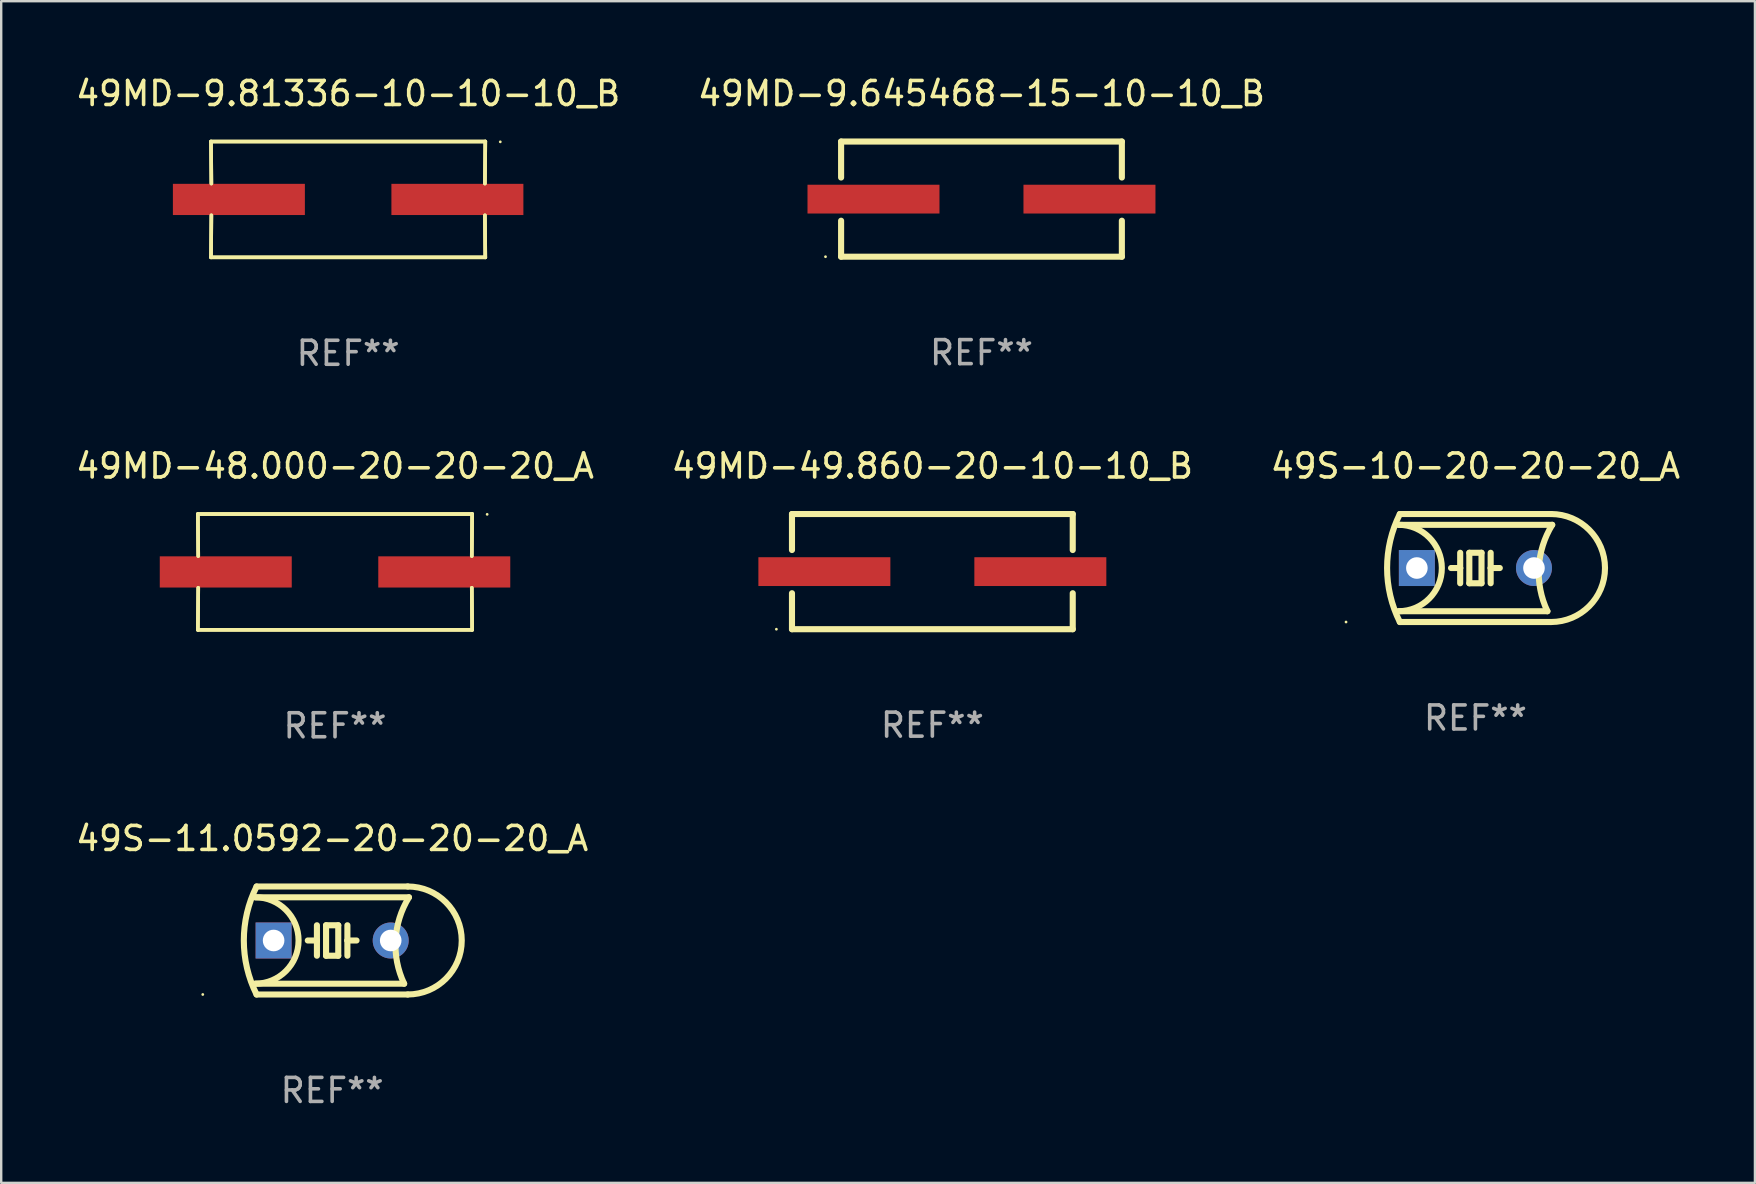
<source format=kicad_pcb>
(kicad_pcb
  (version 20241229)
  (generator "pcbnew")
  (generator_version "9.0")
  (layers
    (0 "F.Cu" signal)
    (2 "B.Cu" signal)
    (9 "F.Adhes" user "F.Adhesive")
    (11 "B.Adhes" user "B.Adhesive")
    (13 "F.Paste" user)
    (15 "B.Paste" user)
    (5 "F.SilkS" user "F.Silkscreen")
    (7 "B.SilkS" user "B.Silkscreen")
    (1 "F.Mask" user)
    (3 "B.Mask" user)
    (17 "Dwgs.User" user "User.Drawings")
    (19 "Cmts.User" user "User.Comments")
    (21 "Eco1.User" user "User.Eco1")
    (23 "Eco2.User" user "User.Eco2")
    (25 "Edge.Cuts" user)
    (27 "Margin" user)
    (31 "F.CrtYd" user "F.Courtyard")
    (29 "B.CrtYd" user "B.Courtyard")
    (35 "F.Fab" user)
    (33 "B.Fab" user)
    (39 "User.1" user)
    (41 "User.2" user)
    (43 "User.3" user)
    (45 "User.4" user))
  (footprint "49MD-49.860-20-10-10_B"
    (layer "F.Cu")
    (at 35.804 20.771)
    (property "Reference" "49MD-49.860-20-10-10_B" (at 0 -4.4 0) (layer "F.SilkS") (effects (font (size 1 1) (thickness 0.15))))
    (attr through_hole)
    (fp_line (start -5.85 -2.4) (end 5.85 -2.4) (stroke (width 0.254) (type solid)) (layer "F.SilkS"))
    (fp_line (start -5.85 -2.4) (end -5.85 -0.9) (stroke (width 0.254) (type solid)) (layer "F.SilkS"))
    (fp_line (start -5.85 2.4) (end 5.85 2.4) (stroke (width 0.254) (type solid)) (layer "F.SilkS"))
    (fp_line (start -5.85 0.9) (end -5.85 2.4) (stroke (width 0.254) (type solid)) (layer "F.SilkS"))
    (fp_line (start 5.85 -2.4) (end 5.85 -0.9) (stroke (width 0.254) (type solid)) (layer "F.SilkS"))
    (fp_line (start 5.85 0.9) (end 5.85 2.4) (stroke (width 0.254) (type solid)) (layer "F.SilkS"))
    (fp_circle (center -6.5 2.4) (end -6.47 2.4) (stroke (width 0.06) (type solid)) (fill no) (layer "F.SilkS"))
    (fp_text user "REF**" (at 0 6.4 0) (layer "F.Fab") (effects (font (size 1 1) (thickness 0.15))))
    (pad "1" smd rect (at -4.5 -0.000025) (size 5.5 1.2) (layers "F.Cu" "F.Mask" "F.Paste"))
    (pad "2" smd rect (at 4.5 -0.000025) (size 5.5 1.2) (layers "F.Cu" "F.Mask" "F.Paste")))
  (footprint "49S-10-20-20-20_A"
    (layer "F.Cu")
    (at 58.435 20.621)
    (property "Reference" "49S-10-20-20-20_A" (at 0 -4.25 0) (layer "F.SilkS") (effects (font (size 1 1) (thickness 0.15))))
    (attr through_hole)
    (fp_line (start -3.2 -1.8) (end 3.2 -1.8) (stroke (width 0.254) (type solid)) (layer "F.SilkS"))
    (fp_line (start -3.15 2.25) (end 3.15 2.25) (stroke (width 0.254) (type solid)) (layer "F.SilkS"))
    (fp_line (start -0.635 -0.635) (end -0.635 0) (stroke (width 0.254) (type solid)) (layer "F.SilkS"))
    (fp_line (start -0.635 0) (end -1.016 0) (stroke (width 0.254) (type solid)) (layer "F.SilkS"))
    (fp_line (start -0.635 0) (end -0.635 0.635) (stroke (width 0.254) (type solid)) (layer "F.SilkS"))
    (fp_line (start -0.254 -0.635) (end -0.254 0.635) (stroke (width 0.254) (type solid)) (layer "F.SilkS"))
    (fp_line (start -0.254 0.635) (end 0.254 0.635) (stroke (width 0.254) (type solid)) (layer "F.SilkS"))
    (fp_line (start 0.254 -0.635) (end -0.254 -0.635) (stroke (width 0.254) (type solid)) (layer "F.SilkS"))
    (fp_line (start 0.254 0.635) (end 0.254 -0.635) (stroke (width 0.254) (type solid)) (layer "F.SilkS"))
    (fp_line (start 0.635 -0.635) (end 0.635 0) (stroke (width 0.254) (type solid)) (layer "F.SilkS"))
    (fp_line (start 0.635 0) (end 0.635 0.635) (stroke (width 0.254) (type solid)) (layer "F.SilkS"))
    (fp_line (start 0.635 0) (end 1.016 0) (stroke (width 0.254) (type solid)) (layer "F.SilkS"))
    (fp_line (start 3 1.8) (end -3.2 1.8) (stroke (width 0.254) (type solid)) (layer "F.SilkS"))
    (fp_line (start 3.15 -2.25) (end -3.15 -2.25) (stroke (width 0.254) (type solid)) (layer "F.SilkS"))
    (fp_arc (start -3.200406 -1.800864) (mid -1.399974 -0.000635) (end -3.2 1.8) (stroke (width 0.254001) (type solid)) (layer "F.SilkS"))
    (fp_arc (start -3.149606 2.250444) (mid -3.680941 0.000261) (end -3.149987 -2.250013) (stroke (width 0.254001) (type solid)) (layer "F.SilkS"))
    (fp_arc (start 2.999746 1.800863) (mid 2.642982 -0.024977) (end 3.2 -1.8) (stroke (width 0.254001) (type solid)) (layer "F.SilkS"))
    (fp_arc (start 3.149607 -2.250445) (mid 5.399848 -0.000406) (end 3.149987 2.250013) (stroke (width 0.254001) (type solid)) (layer "F.SilkS"))
    (fp_circle (center -5.392 2.25) (end -5.362 2.25) (stroke (width 0.06) (type solid)) (fill no) (layer "F.SilkS"))
    (fp_text user "REF**" (at 0 6.25 0) (layer "F.Fab") (effects (font (size 1 1) (thickness 0.15))))
    (pad "1" thru_hole rect (at -2.44 0) (size 1.5 1.5) (drill 0.9) (layers "*.Cu" "*.Mask"))
    (pad "2" thru_hole circle (at 2.44 0) (size 1.5 1.5) (drill 0.9) (layers "*.Cu" "*.Mask")))
  (footprint "49MD-48.000-20-20-20_A"
    (layer "F.Cu")
    (at 10.911 20.784)
    (property "Reference" "49MD-48.000-20-20-20_A" (at 0 -4.413 0) (layer "F.SilkS") (effects (font (size 1 1) (thickness 0.15))))
    (attr through_hole)
    (fp_line (start -5.715 -2.413) (end -5.7 -0.662) (stroke (width 0.152) (type solid)) (layer "F.SilkS"))
    (fp_line (start -5.715 -2.413) (end -5.7 -0.662) (stroke (width 0.152) (type solid)) (layer "F.SilkS"))
    (fp_line (start -5.715 2.413) (end 5.715 2.413) (stroke (width 0.152) (type solid)) (layer "F.SilkS"))
    (fp_line (start -5.715 2.413) (end 5.715 2.413) (stroke (width 0.152) (type solid)) (layer "F.SilkS"))
    (fp_line (start -5.7 0.662) (end -5.715 2.413) (stroke (width 0.152) (type solid)) (layer "F.SilkS"))
    (fp_line (start -5.7 0.662) (end -5.715 2.413) (stroke (width 0.152) (type solid)) (layer "F.SilkS"))
    (fp_line (start 5.7 -0.662) (end 5.715 -2.413) (stroke (width 0.152) (type solid)) (layer "F.SilkS"))
    (fp_line (start 5.7 -0.662) (end 5.715 -2.413) (stroke (width 0.152) (type solid)) (layer "F.SilkS"))
    (fp_line (start 5.715 -2.413) (end -5.715 -2.413) (stroke (width 0.152) (type solid)) (layer "F.SilkS"))
    (fp_line (start 5.715 -2.413) (end -5.715 -2.413) (stroke (width 0.152) (type solid)) (layer "F.SilkS"))
    (fp_line (start 5.715 2.413) (end 5.7 0.662) (stroke (width 0.152) (type solid)) (layer "F.SilkS"))
    (fp_line (start 5.715 2.413) (end 5.7 0.662) (stroke (width 0.152) (type solid)) (layer "F.SilkS"))
    (fp_circle (center 6.34 -2.4) (end 6.37 -2.4) (stroke (width 0.06) (type solid)) (fill no) (layer "F.SilkS"))
    (fp_text user "REF**" (at 0 6.413 0) (layer "F.Fab") (effects (font (size 1 1) (thickness 0.15))))
    (pad "1" smd rect (at 4.553 0) (size 5.5 1.3) (layers "F.Cu" "F.Mask" "F.Paste"))
    (pad "2" smd rect (at -4.553 0) (size 5.5 1.3) (layers "F.Cu" "F.Mask" "F.Paste")))
  (footprint "49S-11.0592-20-20-20_A"
    (layer "F.Cu")
    (at 10.792 36.143)
    (property "Reference" "49S-11.0592-20-20-20_A" (at 0 -4.25 0) (layer "F.SilkS") (effects (font (size 1 1) (thickness 0.15))))
    (attr through_hole)
    (fp_line (start -3.2 -1.8) (end 3.2 -1.8) (stroke (width 0.254) (type solid)) (layer "F.SilkS"))
    (fp_line (start -3.15 2.25) (end 3.15 2.25) (stroke (width 0.254) (type solid)) (layer "F.SilkS"))
    (fp_line (start -0.635 -0.635) (end -0.635 0) (stroke (width 0.254) (type solid)) (layer "F.SilkS"))
    (fp_line (start -0.635 0) (end -1.016 0) (stroke (width 0.254) (type solid)) (layer "F.SilkS"))
    (fp_line (start -0.635 0) (end -0.635 0.635) (stroke (width 0.254) (type solid)) (layer "F.SilkS"))
    (fp_line (start -0.254 -0.635) (end -0.254 0.635) (stroke (width 0.254) (type solid)) (layer "F.SilkS"))
    (fp_line (start -0.254 0.635) (end 0.254 0.635) (stroke (width 0.254) (type solid)) (layer "F.SilkS"))
    (fp_line (start 0.254 -0.635) (end -0.254 -0.635) (stroke (width 0.254) (type solid)) (layer "F.SilkS"))
    (fp_line (start 0.254 0.635) (end 0.254 -0.635) (stroke (width 0.254) (type solid)) (layer "F.SilkS"))
    (fp_line (start 0.635 -0.635) (end 0.635 0) (stroke (width 0.254) (type solid)) (layer "F.SilkS"))
    (fp_line (start 0.635 0) (end 0.635 0.635) (stroke (width 0.254) (type solid)) (layer "F.SilkS"))
    (fp_line (start 0.635 0) (end 1.016 0) (stroke (width 0.254) (type solid)) (layer "F.SilkS"))
    (fp_line (start 3 1.8) (end -3.2 1.8) (stroke (width 0.254) (type solid)) (layer "F.SilkS"))
    (fp_line (start 3.15 -2.25) (end -3.15 -2.25) (stroke (width 0.254) (type solid)) (layer "F.SilkS"))
    (fp_arc (start -3.200406 -1.800864) (mid -1.399974 -0.000635) (end -3.2 1.8) (stroke (width 0.254001) (type solid)) (layer "F.SilkS"))
    (fp_arc (start -3.149606 2.250444) (mid -3.680941 0.000261) (end -3.149987 -2.250013) (stroke (width 0.254001) (type solid)) (layer "F.SilkS"))
    (fp_arc (start 2.999746 1.800863) (mid 2.642982 -0.024977) (end 3.2 -1.8) (stroke (width 0.254001) (type solid)) (layer "F.SilkS"))
    (fp_arc (start 3.149607 -2.250445) (mid 5.399848 -0.000406) (end 3.149987 2.250013) (stroke (width 0.254001) (type solid)) (layer "F.SilkS"))
    (fp_circle (center -5.392 2.25) (end -5.362 2.25) (stroke (width 0.06) (type solid)) (fill no) (layer "F.SilkS"))
    (fp_text user "REF**" (at 0 6.25 0) (layer "F.Fab") (effects (font (size 1 1) (thickness 0.15))))
    (pad "1" thru_hole rect (at -2.44 0) (size 1.5 1.5) (drill 0.9) (layers "*.Cu" "*.Mask"))
    (pad "2" thru_hole circle (at 2.44 0) (size 1.5 1.5) (drill 0.9) (layers "*.Cu" "*.Mask")))
  (footprint "49MD-9.81336-10-10-10_B"
    (layer "F.Cu")
    (at 11.458 5.261)
    (property "Reference" "49MD-9.81336-10-10-10_B" (at 0 -4.413 0) (layer "F.SilkS") (effects (font (size 1 1) (thickness 0.15))))
    (attr through_hole)
    (fp_line (start -5.715 -2.413) (end -5.7 -0.662) (stroke (width 0.152) (type solid)) (layer "F.SilkS"))
    (fp_line (start -5.715 -2.413) (end -5.7 -0.662) (stroke (width 0.152) (type solid)) (layer "F.SilkS"))
    (fp_line (start -5.715 2.413) (end 5.715 2.413) (stroke (width 0.152) (type solid)) (layer "F.SilkS"))
    (fp_line (start -5.715 2.413) (end 5.715 2.413) (stroke (width 0.152) (type solid)) (layer "F.SilkS"))
    (fp_line (start -5.7 0.662) (end -5.715 2.413) (stroke (width 0.152) (type solid)) (layer "F.SilkS"))
    (fp_line (start -5.7 0.662) (end -5.715 2.413) (stroke (width 0.152) (type solid)) (layer "F.SilkS"))
    (fp_line (start 5.7 -0.662) (end 5.715 -2.413) (stroke (width 0.152) (type solid)) (layer "F.SilkS"))
    (fp_line (start 5.7 -0.662) (end 5.715 -2.413) (stroke (width 0.152) (type solid)) (layer "F.SilkS"))
    (fp_line (start 5.715 -2.413) (end -5.715 -2.413) (stroke (width 0.152) (type solid)) (layer "F.SilkS"))
    (fp_line (start 5.715 -2.413) (end -5.715 -2.413) (stroke (width 0.152) (type solid)) (layer "F.SilkS"))
    (fp_line (start 5.715 2.413) (end 5.7 0.662) (stroke (width 0.152) (type solid)) (layer "F.SilkS"))
    (fp_line (start 5.715 2.413) (end 5.7 0.662) (stroke (width 0.152) (type solid)) (layer "F.SilkS"))
    (fp_circle (center 6.34 -2.4) (end 6.37 -2.4) (stroke (width 0.06) (type solid)) (fill no) (layer "F.SilkS"))
    (fp_text user "REF**" (at 0 6.413 0) (layer "F.Fab") (effects (font (size 1 1) (thickness 0.15))))
    (pad "1" smd rect (at 4.553 0) (size 5.5 1.3) (layers "F.Cu" "F.Mask" "F.Paste"))
    (pad "2" smd rect (at -4.553 0) (size 5.5 1.3) (layers "F.Cu" "F.Mask" "F.Paste")))
  (footprint "49MD-9.645468-15-10-10_B"
    (layer "F.Cu")
    (at 37.851 5.248)
    (property "Reference" "49MD-9.645468-15-10-10_B" (at 0 -4.4 0) (layer "F.SilkS") (effects (font (size 1 1) (thickness 0.15))))
    (attr through_hole)
    (fp_line (start -5.85 -2.4) (end 5.85 -2.4) (stroke (width 0.254) (type solid)) (layer "F.SilkS"))
    (fp_line (start -5.85 -2.4) (end -5.85 -0.9) (stroke (width 0.254) (type solid)) (layer "F.SilkS"))
    (fp_line (start -5.85 2.4) (end 5.85 2.4) (stroke (width 0.254) (type solid)) (layer "F.SilkS"))
    (fp_line (start -5.85 0.9) (end -5.85 2.4) (stroke (width 0.254) (type solid)) (layer "F.SilkS"))
    (fp_line (start 5.85 -2.4) (end 5.85 -0.9) (stroke (width 0.254) (type solid)) (layer "F.SilkS"))
    (fp_line (start 5.85 0.9) (end 5.85 2.4) (stroke (width 0.254) (type solid)) (layer "F.SilkS"))
    (fp_circle (center -6.5 2.4) (end -6.47 2.4) (stroke (width 0.06) (type solid)) (fill no) (layer "F.SilkS"))
    (fp_text user "REF**" (at 0 6.4 0) (layer "F.Fab") (effects (font (size 1 1) (thickness 0.15))))
    (pad "1" smd rect (at -4.5 -0.000025) (size 5.5 1.2) (layers "F.Cu" "F.Mask" "F.Paste"))
    (pad "2" smd rect (at 4.5 -0.000025) (size 5.5 1.2) (layers "F.Cu" "F.Mask" "F.Paste")))
  (gr_rect
    (start -3 -3)
    (end 70.083 46.242)
    (stroke (width 0.1) (type default))
    (fill no)
    (layer "Edge.Cuts")))
</source>
